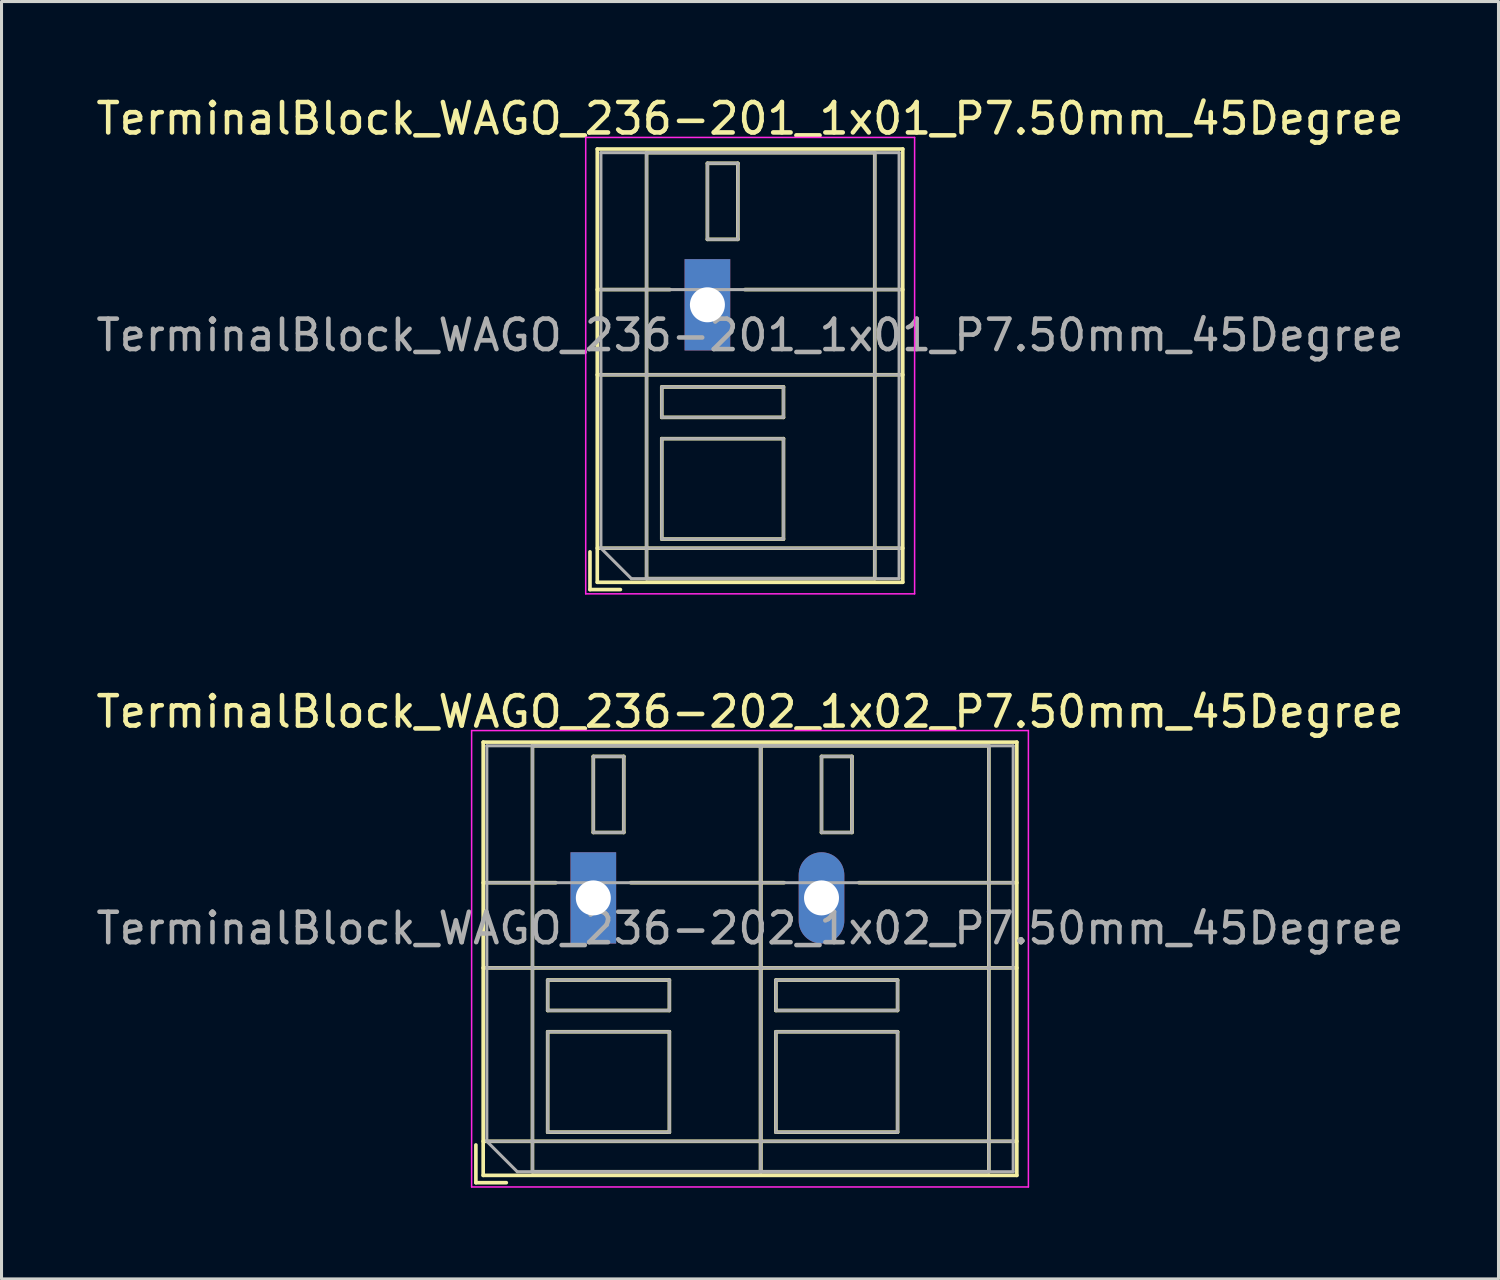
<source format=kicad_pcb>
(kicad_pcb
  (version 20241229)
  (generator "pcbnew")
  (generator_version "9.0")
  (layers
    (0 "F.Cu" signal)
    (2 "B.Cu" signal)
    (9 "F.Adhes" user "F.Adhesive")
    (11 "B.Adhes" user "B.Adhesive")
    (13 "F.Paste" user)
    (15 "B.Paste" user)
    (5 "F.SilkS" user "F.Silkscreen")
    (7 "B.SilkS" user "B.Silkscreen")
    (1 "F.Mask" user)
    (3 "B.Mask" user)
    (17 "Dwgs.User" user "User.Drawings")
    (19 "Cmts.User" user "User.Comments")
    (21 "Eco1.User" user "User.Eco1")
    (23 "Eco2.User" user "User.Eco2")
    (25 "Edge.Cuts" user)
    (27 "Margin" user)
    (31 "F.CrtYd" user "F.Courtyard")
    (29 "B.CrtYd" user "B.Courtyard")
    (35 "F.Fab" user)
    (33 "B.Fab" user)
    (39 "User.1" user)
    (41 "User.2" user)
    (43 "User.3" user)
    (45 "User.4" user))
  (footprint "TerminalBlock_WAGO_236-202_1x02_P7.50mm_45Degree"
    (layer "F.Cu")
    (at 16.451 26.462)
    (property "Reference" "TerminalBlock_WAGO_236-202_1x02_P7.50mm_45Degree" (at 5.15 -6.12 0) (layer "F.SilkS") (effects (font (size 1 1) (thickness 0.15))))
    (attr through_hole)
    (fp_line (start -3.86 8.12) (end -3.86 9.36) (stroke (width 0.12) (type solid)) (layer "F.SilkS"))
    (fp_line (start -3.86 9.36) (end -2.86 9.36) (stroke (width 0.12) (type solid)) (layer "F.SilkS"))
    (fp_line (start -3.62 -5.12) (end -3.62 9.12) (stroke (width 0.12) (type solid)) (layer "F.SilkS"))
    (fp_line (start -3.62 -5.12) (end 13.92 -5.12) (stroke (width 0.12) (type solid)) (layer "F.SilkS"))
    (fp_line (start -3.62 -0.5) (end -1.23 -0.5) (stroke (width 0.12) (type solid)) (layer "F.SilkS"))
    (fp_line (start -3.62 2.3) (end 13.92 2.3) (stroke (width 0.12) (type solid)) (layer "F.SilkS"))
    (fp_line (start -3.62 8) (end 13.92 8) (stroke (width 0.12) (type solid)) (layer "F.SilkS"))
    (fp_line (start -3.62 9.12) (end 13.92 9.12) (stroke (width 0.12) (type solid)) (layer "F.SilkS"))
    (fp_line (start -2 -5) (end -2 9) (stroke (width 0.12) (type solid)) (layer "F.SilkS"))
    (fp_line (start -2 -5) (end 5.5 -5) (stroke (width 0.12) (type solid)) (layer "F.SilkS"))
    (fp_line (start -2 9) (end 5.5 9) (stroke (width 0.12) (type solid)) (layer "F.SilkS"))
    (fp_line (start -1.5 2.7) (end -1.5 3.7) (stroke (width 0.12) (type solid)) (layer "F.SilkS"))
    (fp_line (start -1.5 2.7) (end 2.5 2.7) (stroke (width 0.12) (type solid)) (layer "F.SilkS"))
    (fp_line (start -1.5 3.7) (end 2.5 3.7) (stroke (width 0.12) (type solid)) (layer "F.SilkS"))
    (fp_line (start -1.5 4.4) (end -1.5 7.7) (stroke (width 0.12) (type solid)) (layer "F.SilkS"))
    (fp_line (start -1.5 4.4) (end 2.5 4.4) (stroke (width 0.12) (type solid)) (layer "F.SilkS"))
    (fp_line (start -1.5 7.7) (end 2.5 7.7) (stroke (width 0.12) (type solid)) (layer "F.SilkS"))
    (fp_line (start 0 -4.65) (end 0 -2.151) (stroke (width 0.12) (type solid)) (layer "F.SilkS"))
    (fp_line (start 0 -4.65) (end 1 -4.65) (stroke (width 0.12) (type solid)) (layer "F.SilkS"))
    (fp_line (start 0 -2.151) (end 1 -2.151) (stroke (width 0.12) (type solid)) (layer "F.SilkS"))
    (fp_line (start 1 -4.65) (end 1 -2.151) (stroke (width 0.12) (type solid)) (layer "F.SilkS"))
    (fp_line (start 1.23 -0.5) (end 6.27 -0.5) (stroke (width 0.12) (type solid)) (layer "F.SilkS"))
    (fp_line (start 2.5 2.7) (end 2.5 3.7) (stroke (width 0.12) (type solid)) (layer "F.SilkS"))
    (fp_line (start 2.5 4.4) (end 2.5 7.7) (stroke (width 0.12) (type solid)) (layer "F.SilkS"))
    (fp_line (start 5.5 -5) (end 5.5 9) (stroke (width 0.12) (type solid)) (layer "F.SilkS"))
    (fp_line (start 5.5 -5) (end 5.5 9) (stroke (width 0.12) (type solid)) (layer "F.SilkS"))
    (fp_line (start 5.5 -5) (end 13 -5) (stroke (width 0.12) (type solid)) (layer "F.SilkS"))
    (fp_line (start 5.5 9) (end 13 9) (stroke (width 0.12) (type solid)) (layer "F.SilkS"))
    (fp_line (start 6 2.7) (end 6 3.7) (stroke (width 0.12) (type solid)) (layer "F.SilkS"))
    (fp_line (start 6 2.7) (end 10 2.7) (stroke (width 0.12) (type solid)) (layer "F.SilkS"))
    (fp_line (start 6 3.7) (end 10 3.7) (stroke (width 0.12) (type solid)) (layer "F.SilkS"))
    (fp_line (start 6 4.4) (end 6 7.7) (stroke (width 0.12) (type solid)) (layer "F.SilkS"))
    (fp_line (start 6 4.4) (end 10 4.4) (stroke (width 0.12) (type solid)) (layer "F.SilkS"))
    (fp_line (start 6 7.7) (end 10 7.7) (stroke (width 0.12) (type solid)) (layer "F.SilkS"))
    (fp_line (start 7.5 -4.65) (end 7.5 -2.151) (stroke (width 0.12) (type solid)) (layer "F.SilkS"))
    (fp_line (start 7.5 -4.65) (end 8.5 -4.65) (stroke (width 0.12) (type solid)) (layer "F.SilkS"))
    (fp_line (start 7.5 -2.151) (end 8.5 -2.151) (stroke (width 0.12) (type solid)) (layer "F.SilkS"))
    (fp_line (start 8.5 -4.65) (end 8.5 -2.151) (stroke (width 0.12) (type solid)) (layer "F.SilkS"))
    (fp_line (start 8.73 -0.5) (end 13.92 -0.5) (stroke (width 0.12) (type solid)) (layer "F.SilkS"))
    (fp_line (start 10 2.7) (end 10 3.7) (stroke (width 0.12) (type solid)) (layer "F.SilkS"))
    (fp_line (start 10 4.4) (end 10 7.7) (stroke (width 0.12) (type solid)) (layer "F.SilkS"))
    (fp_line (start 13 -5) (end 13 9) (stroke (width 0.12) (type solid)) (layer "F.SilkS"))
    (fp_line (start 13.92 -5.12) (end 13.92 9.12) (stroke (width 0.12) (type solid)) (layer "F.SilkS"))
    (fp_line (start -4 -5.5) (end -4 9.5) (stroke (width 0.05) (type solid)) (layer "F.CrtYd"))
    (fp_line (start -4 9.5) (end 14.3 9.5) (stroke (width 0.05) (type solid)) (layer "F.CrtYd"))
    (fp_line (start 14.3 -5.5) (end -4 -5.5) (stroke (width 0.05) (type solid)) (layer "F.CrtYd"))
    (fp_line (start 14.3 9.5) (end 14.3 -5.5) (stroke (width 0.05) (type solid)) (layer "F.CrtYd"))
    (fp_line (start -3.5 -5) (end 13.8 -5) (stroke (width 0.1) (type solid)) (layer "F.Fab"))
    (fp_line (start -3.5 -0.5) (end 13.8 -0.5) (stroke (width 0.1) (type solid)) (layer "F.Fab"))
    (fp_line (start -3.5 2.3) (end 13.8 2.3) (stroke (width 0.1) (type solid)) (layer "F.Fab"))
    (fp_line (start -3.5 8) (end -3.5 -5) (stroke (width 0.1) (type solid)) (layer "F.Fab"))
    (fp_line (start -3.5 8) (end 13.8 8) (stroke (width 0.1) (type solid)) (layer "F.Fab"))
    (fp_line (start -2.5 9) (end -3.5 8) (stroke (width 0.1) (type solid)) (layer "F.Fab"))
    (fp_line (start -2 -5) (end -2 9) (stroke (width 0.1) (type solid)) (layer "F.Fab"))
    (fp_line (start -2 9) (end 5.5 9) (stroke (width 0.1) (type solid)) (layer "F.Fab"))
    (fp_line (start -1.5 2.7) (end -1.5 3.7) (stroke (width 0.1) (type solid)) (layer "F.Fab"))
    (fp_line (start -1.5 3.7) (end 2.5 3.7) (stroke (width 0.1) (type solid)) (layer "F.Fab"))
    (fp_line (start -1.5 4.4) (end -1.5 7.7) (stroke (width 0.1) (type solid)) (layer "F.Fab"))
    (fp_line (start -1.5 7.7) (end 2.5 7.7) (stroke (width 0.1) (type solid)) (layer "F.Fab"))
    (fp_line (start 0 -4.65) (end 0 -2.15) (stroke (width 0.1) (type solid)) (layer "F.Fab"))
    (fp_line (start 0 -2.15) (end 1 -2.15) (stroke (width 0.1) (type solid)) (layer "F.Fab"))
    (fp_line (start 1 -4.65) (end 0 -4.65) (stroke (width 0.1) (type solid)) (layer "F.Fab"))
    (fp_line (start 1 -2.15) (end 1 -4.65) (stroke (width 0.1) (type solid)) (layer "F.Fab"))
    (fp_line (start 2.5 2.7) (end -1.5 2.7) (stroke (width 0.1) (type solid)) (layer "F.Fab"))
    (fp_line (start 2.5 3.7) (end 2.5 2.7) (stroke (width 0.1) (type solid)) (layer "F.Fab"))
    (fp_line (start 2.5 4.4) (end -1.5 4.4) (stroke (width 0.1) (type solid)) (layer "F.Fab"))
    (fp_line (start 2.5 7.7) (end 2.5 4.4) (stroke (width 0.1) (type solid)) (layer "F.Fab"))
    (fp_line (start 5.5 -5) (end -2 -5) (stroke (width 0.1) (type solid)) (layer "F.Fab"))
    (fp_line (start 5.5 -5) (end 5.5 9) (stroke (width 0.1) (type solid)) (layer "F.Fab"))
    (fp_line (start 5.5 9) (end 5.5 -5) (stroke (width 0.1) (type solid)) (layer "F.Fab"))
    (fp_line (start 5.5 9) (end 13 9) (stroke (width 0.1) (type solid)) (layer "F.Fab"))
    (fp_line (start 6 2.7) (end 6 3.7) (stroke (width 0.1) (type solid)) (layer "F.Fab"))
    (fp_line (start 6 3.7) (end 10 3.7) (stroke (width 0.1) (type solid)) (layer "F.Fab"))
    (fp_line (start 6 4.4) (end 6 7.7) (stroke (width 0.1) (type solid)) (layer "F.Fab"))
    (fp_line (start 6 7.7) (end 10 7.7) (stroke (width 0.1) (type solid)) (layer "F.Fab"))
    (fp_line (start 7.5 -4.65) (end 7.5 -2.15) (stroke (width 0.1) (type solid)) (layer "F.Fab"))
    (fp_line (start 7.5 -2.15) (end 8.5 -2.15) (stroke (width 0.1) (type solid)) (layer "F.Fab"))
    (fp_line (start 8.5 -4.65) (end 7.5 -4.65) (stroke (width 0.1) (type solid)) (layer "F.Fab"))
    (fp_line (start 8.5 -2.15) (end 8.5 -4.65) (stroke (width 0.1) (type solid)) (layer "F.Fab"))
    (fp_line (start 10 2.7) (end 6 2.7) (stroke (width 0.1) (type solid)) (layer "F.Fab"))
    (fp_line (start 10 3.7) (end 10 2.7) (stroke (width 0.1) (type solid)) (layer "F.Fab"))
    (fp_line (start 10 4.4) (end 6 4.4) (stroke (width 0.1) (type solid)) (layer "F.Fab"))
    (fp_line (start 10 7.7) (end 10 4.4) (stroke (width 0.1) (type solid)) (layer "F.Fab"))
    (fp_line (start 13 -5) (end 5.5 -5) (stroke (width 0.1) (type solid)) (layer "F.Fab"))
    (fp_line (start 13 9) (end 13 -5) (stroke (width 0.1) (type solid)) (layer "F.Fab"))
    (fp_line (start 13.8 -5) (end 13.8 9) (stroke (width 0.1) (type solid)) (layer "F.Fab"))
    (fp_line (start 13.8 9) (end -2.5 9) (stroke (width 0.1) (type solid)) (layer "F.Fab"))
    (fp_text user "${REFERENCE}" (at 5.15 1 0) (layer "F.Fab") (effects (font (size 1 1) (thickness 0.15))))
    (pad "1" thru_hole rect (at 0 0) (size 1.5 3) (drill 1.15) (layers "*.Cu" "*.Mask"))
    (pad "2" thru_hole oval (at 7.5 0) (size 1.5 3) (drill 1.15) (layers "*.Cu" "*.Mask")))
  (footprint "TerminalBlock_WAGO_236-201_1x01_P7.50mm_45Degree"
    (layer "F.Cu")
    (at 20.201 6.968)
    (property "Reference" "TerminalBlock_WAGO_236-201_1x01_P7.50mm_45Degree" (at 1.4 -6.12 0) (layer "F.SilkS") (effects (font (size 1 1) (thickness 0.15))))
    (attr through_hole)
    (fp_line (start -3.86 8.12) (end -3.86 9.36) (stroke (width 0.12) (type solid)) (layer "F.SilkS"))
    (fp_line (start -3.86 9.36) (end -2.86 9.36) (stroke (width 0.12) (type solid)) (layer "F.SilkS"))
    (fp_line (start -3.62 -5.12) (end -3.62 9.12) (stroke (width 0.12) (type solid)) (layer "F.SilkS"))
    (fp_line (start -3.62 -5.12) (end 6.421 -5.12) (stroke (width 0.12) (type solid)) (layer "F.SilkS"))
    (fp_line (start -3.62 -0.5) (end -1.23 -0.5) (stroke (width 0.12) (type solid)) (layer "F.SilkS"))
    (fp_line (start -3.62 2.3) (end 6.421 2.3) (stroke (width 0.12) (type solid)) (layer "F.SilkS"))
    (fp_line (start -3.62 8) (end 6.421 8) (stroke (width 0.12) (type solid)) (layer "F.SilkS"))
    (fp_line (start -3.62 9.12) (end 6.421 9.12) (stroke (width 0.12) (type solid)) (layer "F.SilkS"))
    (fp_line (start -2 -5) (end -2 9) (stroke (width 0.12) (type solid)) (layer "F.SilkS"))
    (fp_line (start -2 -5) (end 5.5 -5) (stroke (width 0.12) (type solid)) (layer "F.SilkS"))
    (fp_line (start -2 9) (end 5.5 9) (stroke (width 0.12) (type solid)) (layer "F.SilkS"))
    (fp_line (start -1.5 2.7) (end -1.5 3.7) (stroke (width 0.12) (type solid)) (layer "F.SilkS"))
    (fp_line (start -1.5 2.7) (end 2.5 2.7) (stroke (width 0.12) (type solid)) (layer "F.SilkS"))
    (fp_line (start -1.5 3.7) (end 2.5 3.7) (stroke (width 0.12) (type solid)) (layer "F.SilkS"))
    (fp_line (start -1.5 4.4) (end -1.5 7.7) (stroke (width 0.12) (type solid)) (layer "F.SilkS"))
    (fp_line (start -1.5 4.4) (end 2.5 4.4) (stroke (width 0.12) (type solid)) (layer "F.SilkS"))
    (fp_line (start -1.5 7.7) (end 2.5 7.7) (stroke (width 0.12) (type solid)) (layer "F.SilkS"))
    (fp_line (start 0 -4.65) (end 0 -2.151) (stroke (width 0.12) (type solid)) (layer "F.SilkS"))
    (fp_line (start 0 -4.65) (end 1 -4.65) (stroke (width 0.12) (type solid)) (layer "F.SilkS"))
    (fp_line (start 0 -2.151) (end 1 -2.151) (stroke (width 0.12) (type solid)) (layer "F.SilkS"))
    (fp_line (start 1 -4.65) (end 1 -2.151) (stroke (width 0.12) (type solid)) (layer "F.SilkS"))
    (fp_line (start 1.23 -0.5) (end 6.421 -0.5) (stroke (width 0.12) (type solid)) (layer "F.SilkS"))
    (fp_line (start 2.5 2.7) (end 2.5 3.7) (stroke (width 0.12) (type solid)) (layer "F.SilkS"))
    (fp_line (start 2.5 4.4) (end 2.5 7.7) (stroke (width 0.12) (type solid)) (layer "F.SilkS"))
    (fp_line (start 5.5 -5) (end 5.5 9) (stroke (width 0.12) (type solid)) (layer "F.SilkS"))
    (fp_line (start 6.421 -5.12) (end 6.421 9.12) (stroke (width 0.12) (type solid)) (layer "F.SilkS"))
    (fp_line (start -4 -5.5) (end -4 9.5) (stroke (width 0.05) (type solid)) (layer "F.CrtYd"))
    (fp_line (start -4 9.5) (end 6.81 9.5) (stroke (width 0.05) (type solid)) (layer "F.CrtYd"))
    (fp_line (start 6.81 -5.5) (end -4 -5.5) (stroke (width 0.05) (type solid)) (layer "F.CrtYd"))
    (fp_line (start 6.81 9.5) (end 6.81 -5.5) (stroke (width 0.05) (type solid)) (layer "F.CrtYd"))
    (fp_line (start -3.5 -5) (end 6.3 -5) (stroke (width 0.1) (type solid)) (layer "F.Fab"))
    (fp_line (start -3.5 -0.5) (end 6.3 -0.5) (stroke (width 0.1) (type solid)) (layer "F.Fab"))
    (fp_line (start -3.5 2.3) (end 6.3 2.3) (stroke (width 0.1) (type solid)) (layer "F.Fab"))
    (fp_line (start -3.5 8) (end -3.5 -5) (stroke (width 0.1) (type solid)) (layer "F.Fab"))
    (fp_line (start -3.5 8) (end 6.3 8) (stroke (width 0.1) (type solid)) (layer "F.Fab"))
    (fp_line (start -2.5 9) (end -3.5 8) (stroke (width 0.1) (type solid)) (layer "F.Fab"))
    (fp_line (start -2 -5) (end -2 9) (stroke (width 0.1) (type solid)) (layer "F.Fab"))
    (fp_line (start -2 9) (end 5.5 9) (stroke (width 0.1) (type solid)) (layer "F.Fab"))
    (fp_line (start -1.5 2.7) (end -1.5 3.7) (stroke (width 0.1) (type solid)) (layer "F.Fab"))
    (fp_line (start -1.5 3.7) (end 2.5 3.7) (stroke (width 0.1) (type solid)) (layer "F.Fab"))
    (fp_line (start -1.5 4.4) (end -1.5 7.7) (stroke (width 0.1) (type solid)) (layer "F.Fab"))
    (fp_line (start -1.5 7.7) (end 2.5 7.7) (stroke (width 0.1) (type solid)) (layer "F.Fab"))
    (fp_line (start 0 -4.65) (end 0 -2.15) (stroke (width 0.1) (type solid)) (layer "F.Fab"))
    (fp_line (start 0 -2.15) (end 1 -2.15) (stroke (width 0.1) (type solid)) (layer "F.Fab"))
    (fp_line (start 1 -4.65) (end 0 -4.65) (stroke (width 0.1) (type solid)) (layer "F.Fab"))
    (fp_line (start 1 -2.15) (end 1 -4.65) (stroke (width 0.1) (type solid)) (layer "F.Fab"))
    (fp_line (start 2.5 2.7) (end -1.5 2.7) (stroke (width 0.1) (type solid)) (layer "F.Fab"))
    (fp_line (start 2.5 3.7) (end 2.5 2.7) (stroke (width 0.1) (type solid)) (layer "F.Fab"))
    (fp_line (start 2.5 4.4) (end -1.5 4.4) (stroke (width 0.1) (type solid)) (layer "F.Fab"))
    (fp_line (start 2.5 7.7) (end 2.5 4.4) (stroke (width 0.1) (type solid)) (layer "F.Fab"))
    (fp_line (start 5.5 -5) (end -2 -5) (stroke (width 0.1) (type solid)) (layer "F.Fab"))
    (fp_line (start 5.5 9) (end 5.5 -5) (stroke (width 0.1) (type solid)) (layer "F.Fab"))
    (fp_line (start 6.3 -5) (end 6.3 9) (stroke (width 0.1) (type solid)) (layer "F.Fab"))
    (fp_line (start 6.3 9) (end -2.5 9) (stroke (width 0.1) (type solid)) (layer "F.Fab"))
    (fp_text user "${REFERENCE}" (at 1.4 1 0) (layer "F.Fab") (effects (font (size 1 1) (thickness 0.15))))
    (pad "1" thru_hole rect (at 0 0) (size 1.5 3) (drill 1.15) (layers "*.Cu" "*.Mask")))
  (gr_rect
    (start -3 -3)
    (end 46.202 38.986)
    (stroke (width 0.1) (type default))
    (fill no)
    (layer "Edge.Cuts")))
</source>
